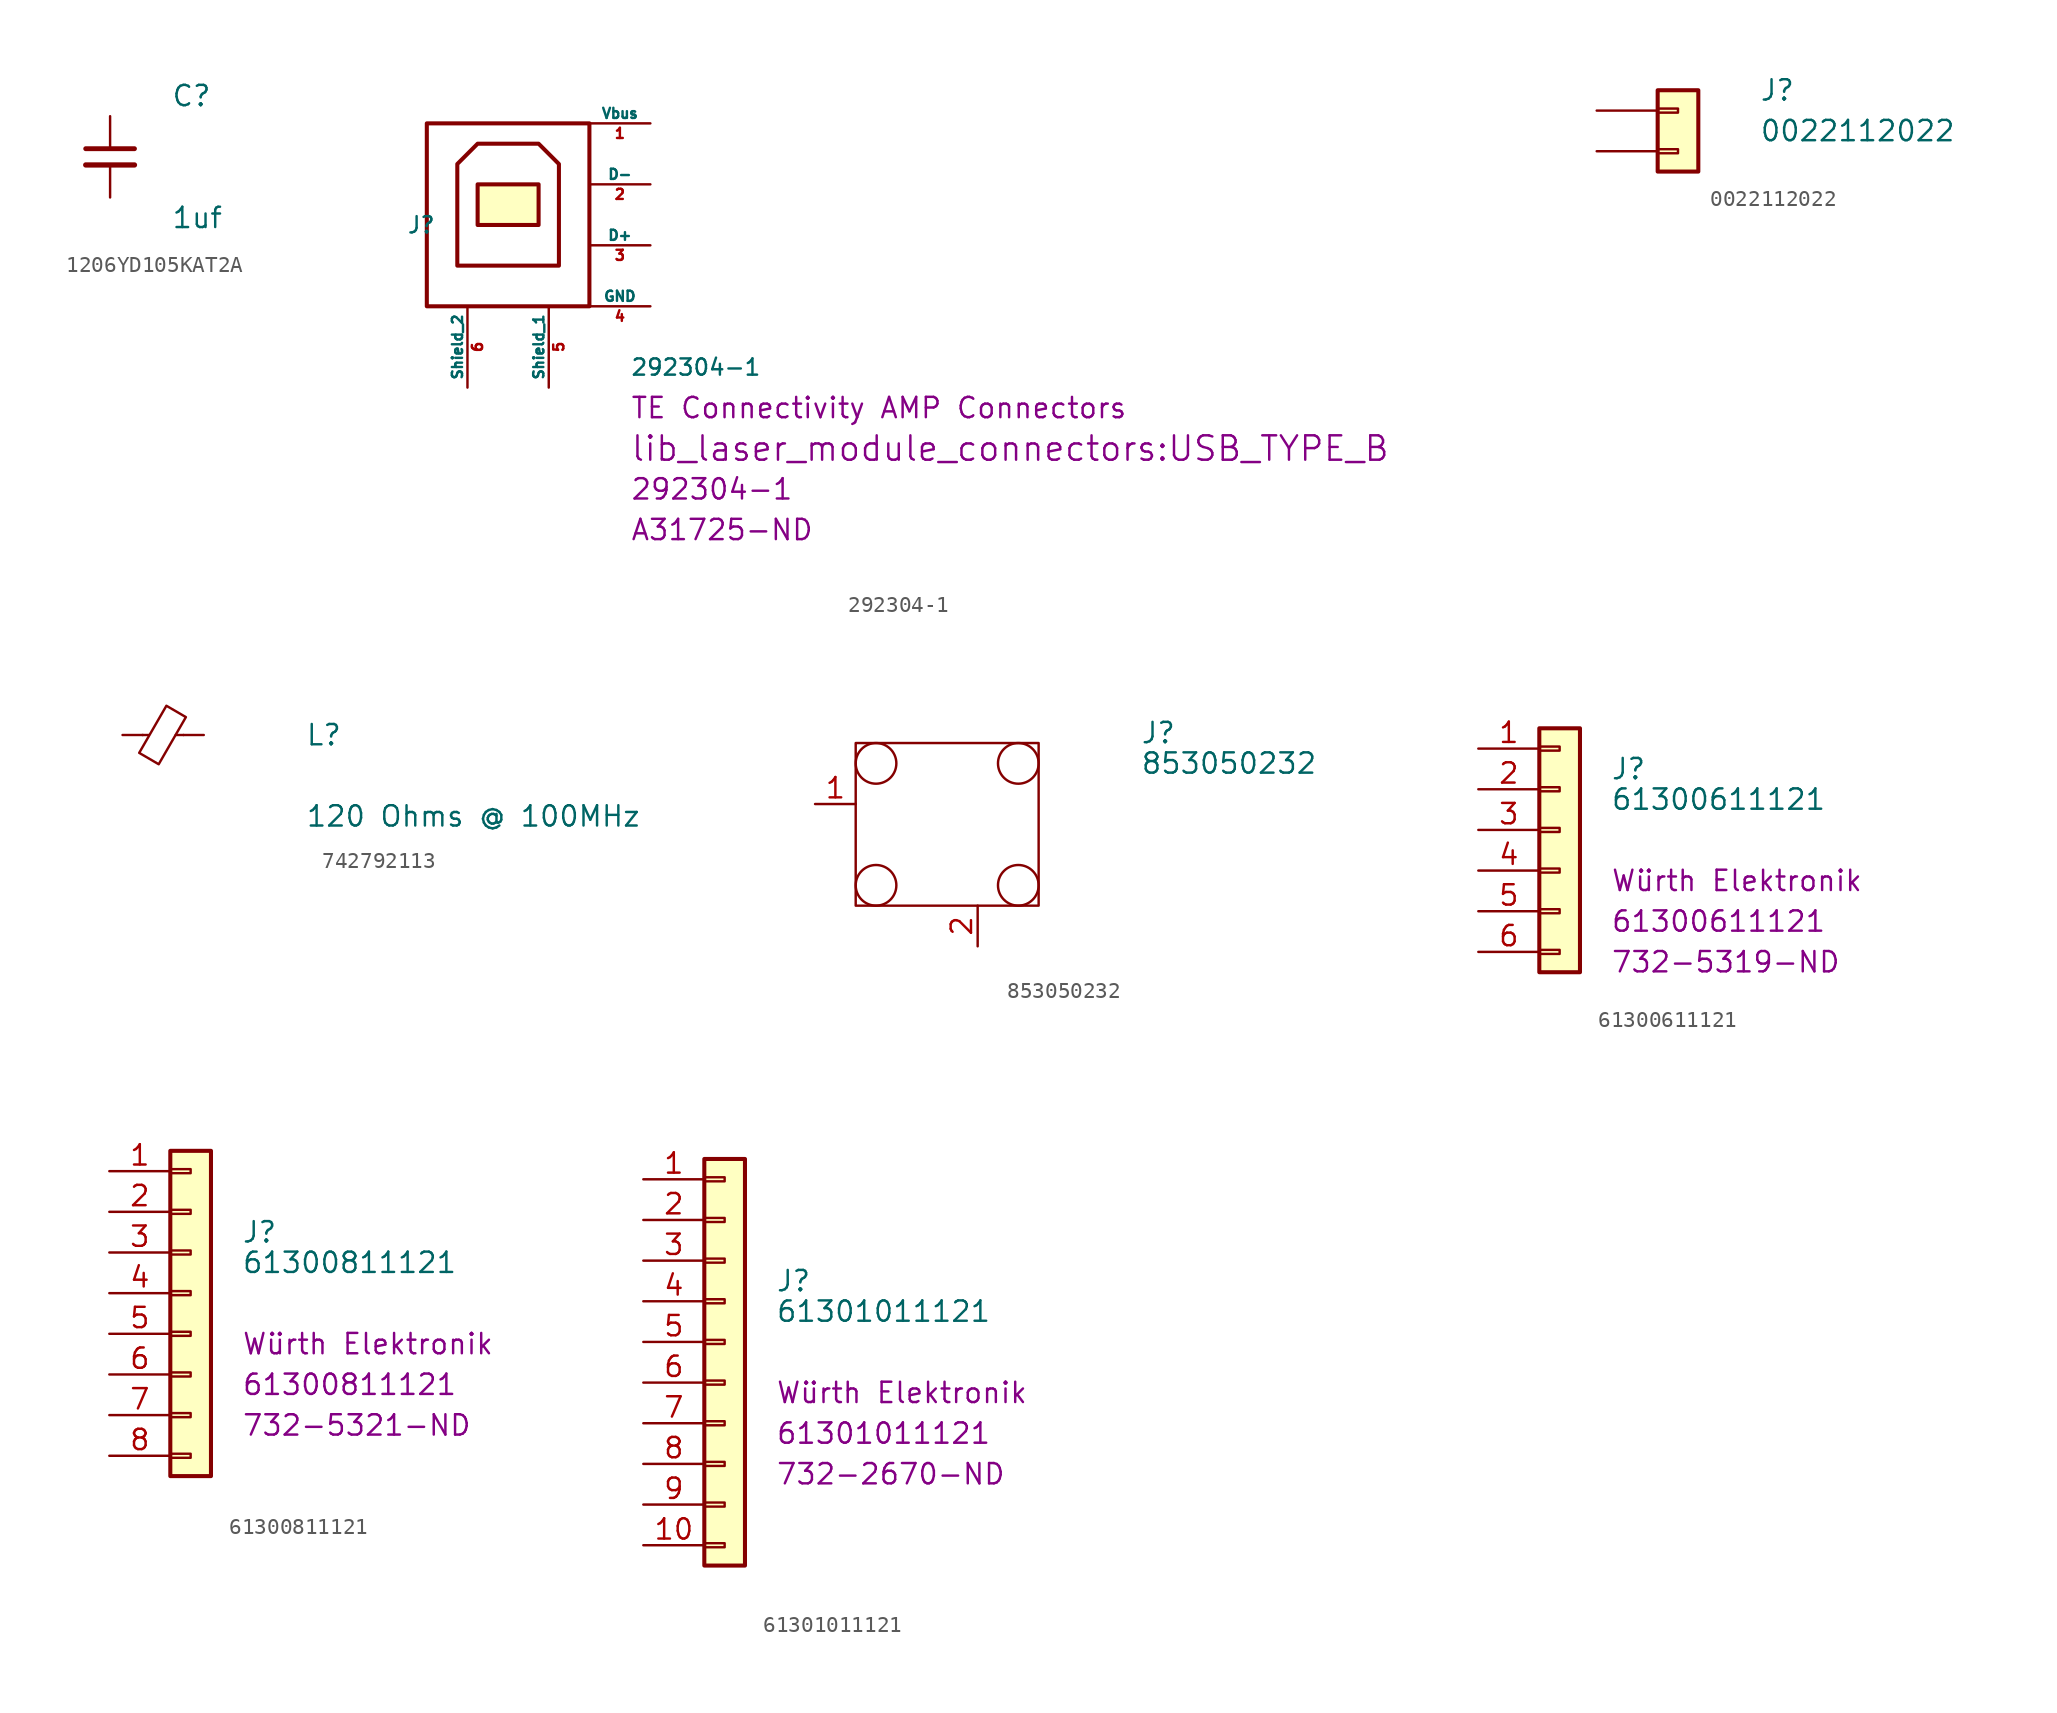
<source format=kicad_sym>
(kicad_symbol_lib
  (version 20210619)
  (generator kicad_symbol_editor)
  (symbol "1206YD105KAT2A"
    (pin_numbers hide)
    (pin_names
      (offset 1.016))
    (property "Reference" "C"
      (at 3.81 3.81 0)
      (effects (font (size 1.27 1.27)) (justify left)))
    (property "value" "1uf"
      (at 3.81 -3.81 0)
      (effects (font (size 1.27 1.27)) (justify left)))
    (symbol "1206YD105KAT2A_1_1"
      (polyline (pts (xy -1.524 -0.508) (xy 1.524 -0.508)) (stroke (width 0.33)) (fill (type none)))
      (polyline (pts (xy -1.524 0.508) (xy 1.524 0.508)) (stroke (width 0.305)) (fill (type none)))
      (pin passive line (at 0 2.54 270) (length 2.032) (name "~" (effects (font (size 1.27 1.27)))) (number "1" (effects (font (size 1.27 1.27)))))
      (pin passive line (at 0 -2.54 90) (length 2.032) (name "~" (effects (font (size 1.27 1.27)))) (number "2" (effects (font (size 1.27 1.27)))))))
  (symbol "292304-1"
    (pin_names
      (offset 0))
    (property "Reference" "J"
      (at -6.35 -1.27 0)
      (effects (font (size 1.016 1.016)) (justify left)))
    (property "Value" "292304-1"
      (at 7.62 -10.16 0)
      (effects (font (size 1.016 1.016)) (justify left)))
    (property "Footprint" "lib_laser_module_connectors:USB_TYPE_B"
      (at 7.62 -15.24 0)
      (effects (font (size 1.524 1.524)) (justify left)))
    (property "Datasheet" ""
      (at 0.635 -3.81 0)
      (effects (font (size 1.524 1.524)) (justify left)))
    (property "MPN" "292304-1"
      (at 7.62 -17.78 0)
      (effects (font (size 1.27 1.27)) (justify left)))
    (property "DPN" "A31725-ND"
      (at 7.62 -20.32 0)
      (effects (font (size 1.27 1.27)) (justify left)))
    (property "Manufacturer" "TE Connectivity AMP Connectors"
      (at 7.62 -12.7 0)
      (effects (font (size 1.27 1.27)) (justify left)))
    (symbol "292304-1_0_1"
      (rectangle (start 5.08 -6.35) (end -5.08 5.08) (stroke (width 0.254)) (fill (type none)))
      (rectangle (start -1.905 1.27) (end 1.905 -1.27) (stroke (width 0.254)) (fill (type background)))
      (polyline (pts (xy -3.175 -3.81) (xy 3.175 -3.81) (xy 3.175 2.54) (xy 1.905 3.81) (xy -1.905 3.81) (xy -3.175 2.54) (xy -3.175 -3.81) (xy -3.175 -3.81) (xy -3.175 -3.81)) (stroke (width 0.254)) (fill (type none))))
    (symbol "292304-1_1_1"
      (pin power_out line (at 8.89 5.08 180) (length 3.81) (name "Vbus" (effects (font (size 0.635 0.635)))) (number "1" (effects (font (size 0.635 0.635)))))
      (pin bidirectional line (at 8.89 1.27 180) (length 3.81) (name "D-" (effects (font (size 0.635 0.635)))) (number "2" (effects (font (size 0.635 0.635)))))
      (pin bidirectional line (at 8.89 -2.54 180) (length 3.81) (name "D+" (effects (font (size 0.635 0.635)))) (number "3" (effects (font (size 0.635 0.635)))))
      (pin power_in line (at 8.89 -6.35 180) (length 3.81) (name "GND" (effects (font (size 0.635 0.635)))) (number "4" (effects (font (size 0.635 0.635)))))
      (pin passive line (at 2.54 -11.43 90) (length 5.08) (name "Shield_1" (effects (font (size 0.635 0.635)))) (number "5" (effects (font (size 0.635 0.635)))))
      (pin passive line (at -2.54 -11.43 90) (length 5.08) (name "Shield_2" (effects (font (size 0.635 0.635)))) (number "6" (effects (font (size 0.635 0.635)))))))
  (symbol "0022112022"
    (pin_numbers hide)
    (pin_names
      (offset 1.016) hide)
    (property "Reference" "J"
      (at 5.08 1.27 0)
      (effects (font (size 1.27 1.27)) (justify left)))
    (property "Value" "0022112022"
      (at 5.08 -1.27 0)
      (effects (font (size 1.27 1.27)) (justify left)))
    (symbol "0022112022_1_1"
      (rectangle (start -1.27 -2.413) (end 0 -2.667) (stroke (width 0.152)) (fill (type none)))
      (rectangle (start -1.27 0.127) (end 0 -0.127) (stroke (width 0.152)) (fill (type none)))
      (rectangle (start -1.27 1.27) (end 1.27 -3.81) (stroke (width 0.254)) (fill (type background)))
      (pin passive line (at -5.08 0 0) (length 3.81) (name "Pin_1" (effects (font (size 1.27 1.27)))) (number "1" (effects (font (size 1.27 1.27)))))
      (pin passive line (at -5.08 -2.54 0) (length 3.81) (name "Pin_2" (effects (font (size 1.27 1.27)))) (number "2" (effects (font (size 1.27 1.27)))))))
  (symbol "742792113"
    (pin_numbers hide)
    (pin_names
      (offset 0.254) hide)
    (property "Reference" "L"
      (at 8.89 0 0)
      (effects (font (size 1.27 1.27)) (justify left)))
    (property "value" "120 Ohms @ 100MHz"
      (at 8.89 -5.08 0)
      (effects (font (size 1.27 1.27)) (justify left)))
    (symbol "742792113_1_1"
      (polyline (pts (xy -0.889 0) (xy -1.295 0)) (stroke (width 0)) (fill (type none)))
      (polyline (pts (xy 1.27 0) (xy 0.787 0)) (stroke (width 0)) (fill (type none)))
      (polyline (pts (xy -0.279 -1.829) (xy -1.499 -1.118) (xy 0.203 1.829) (xy 1.422 1.118) (xy -0.279 -1.829)) (stroke (width 0)) (fill (type none)))
      (pin passive line (at -2.54 0 0) (length 1.27) (name "~" (effects (font (size 1.27 1.27)))) (number "1" (effects (font (size 1.27 1.27)))))
      (pin passive line (at 2.54 0 180) (length 1.27) (name "~" (effects (font (size 1.27 1.27)))) (number "2" (effects (font (size 1.27 1.27)))))))
  (symbol "853050232"
    (pin_names
      (offset 1.016) hide)
    (property "Reference" "J"
      (at 12.065 5.715 0)
      (effects (font (size 1.27 1.27)) (justify left)))
    (property "Value" "853050232"
      (at 12.065 3.81 0)
      (effects (font (size 1.27 1.27)) (justify left)))
    (symbol "853050232_1_1"
      (circle (center -4.445 -3.81) (radius 1.27) (stroke (width 0)) (fill (type none)))
      (circle (center -4.445 3.81) (radius 1.27) (stroke (width 0)) (fill (type none)))
      (circle (center 4.445 -3.81) (radius 1.27) (stroke (width 0)) (fill (type none)))
      (circle (center 4.445 3.81) (radius 1.27) (stroke (width 0)) (fill (type none)))
      (rectangle (start -5.715 5.08) (end 5.715 -5.08) (stroke (width 0)) (fill (type none)))
      (pin input line (at -8.255 1.27 0) (length 2.54) (name "CONN" (effects (font (size 1.27 1.27)))) (number "1" (effects (font (size 1.27 1.27)))))
      (pin output line (at 1.905 -7.62 90) (length 2.54) (name "GND" (effects (font (size 1.27 1.27)))) (number "2" (effects (font (size 1.27 1.27)))))))
  (symbol "61300611121"
    (pin_names
      (offset 1.016) hide)
    (property "Reference" "J"
      (at 3.175 5.08 0)
      (effects (font (size 1.27 1.27)) (justify left)))
    (property "Value" "61300611121"
      (at 3.175 3.175 0)
      (effects (font (size 1.27 1.27)) (justify left)))
    (property "Manufacturer" "Würth Elektronik"
      (at 3.175 -1.905 0)
      (effects (font (size 1.27 1.27)) (justify left)))
    (property "MPN" "61300611121"
      (at 3.175 -4.445 0)
      (effects (font (size 1.27 1.27)) (justify left)))
    (property "Digi-Key_PN" "732-5319-ND"
      (at 3.175 -6.985 0)
      (effects (font (size 1.27 1.27)) (justify left)))
    (symbol "61300611121_1_1"
      (rectangle (start -1.27 -6.223) (end 0 -6.477) (stroke (width 0.152)) (fill (type none)))
      (rectangle (start -1.27 -3.683) (end 0 -3.937) (stroke (width 0.152)) (fill (type none)))
      (rectangle (start -1.27 -1.143) (end 0 -1.397) (stroke (width 0.152)) (fill (type none)))
      (rectangle (start -1.27 1.397) (end 0 1.143) (stroke (width 0.152)) (fill (type none)))
      (rectangle (start -1.27 3.937) (end 0 3.683) (stroke (width 0.152)) (fill (type none)))
      (rectangle (start -1.27 6.477) (end 0 6.223) (stroke (width 0.152)) (fill (type none)))
      (rectangle (start -1.27 7.62) (end 1.27 -7.62) (stroke (width 0.254)) (fill (type background)))
      (pin passive line (at -5.08 6.35 0) (length 3.81) (name "Pin_1" (effects (font (size 1.27 1.27)))) (number "1" (effects (font (size 1.27 1.27)))))
      (pin passive line (at -5.08 3.81 0) (length 3.81) (name "Pin_2" (effects (font (size 1.27 1.27)))) (number "2" (effects (font (size 1.27 1.27)))))
      (pin passive line (at -5.08 1.27 0) (length 3.81) (name "Pin_3" (effects (font (size 1.27 1.27)))) (number "3" (effects (font (size 1.27 1.27)))))
      (pin passive line (at -5.08 -1.27 0) (length 3.81) (name "Pin_4" (effects (font (size 1.27 1.27)))) (number "4" (effects (font (size 1.27 1.27)))))
      (pin passive line (at -5.08 -3.81 0) (length 3.81) (name "Pin_5" (effects (font (size 1.27 1.27)))) (number "5" (effects (font (size 1.27 1.27)))))
      (pin passive line (at -5.08 -6.35 0) (length 3.81) (name "Pin_6" (effects (font (size 1.27 1.27)))) (number "6" (effects (font (size 1.27 1.27)))))))
  (symbol "61300811121"
    (pin_names
      (offset 1.016) hide)
    (property "Reference" "J"
      (at 3.175 5.08 0)
      (effects (font (size 1.27 1.27)) (justify left)))
    (property "Value" "61300811121"
      (at 3.175 3.175 0)
      (effects (font (size 1.27 1.27)) (justify left)))
    (property "Manufacturer" "Würth Elektronik"
      (at 3.175 -1.905 0)
      (effects (font (size 1.27 1.27)) (justify left)))
    (property "MPN" "61300811121"
      (at 3.175 -4.445 0)
      (effects (font (size 1.27 1.27)) (justify left)))
    (property "Digi-Key_PN" "732-5321-ND"
      (at 3.175 -6.985 0)
      (effects (font (size 1.27 1.27)) (justify left)))
    (symbol "61300811121_1_1"
      (rectangle (start -1.27 -8.763) (end 0 -9.017) (stroke (width 0.152)) (fill (type none)))
      (rectangle (start -1.27 -6.223) (end 0 -6.477) (stroke (width 0.152)) (fill (type none)))
      (rectangle (start -1.27 -3.683) (end 0 -3.937) (stroke (width 0.152)) (fill (type none)))
      (rectangle (start -1.27 -1.143) (end 0 -1.397) (stroke (width 0.152)) (fill (type none)))
      (rectangle (start -1.27 1.397) (end 0 1.143) (stroke (width 0.152)) (fill (type none)))
      (rectangle (start -1.27 3.937) (end 0 3.683) (stroke (width 0.152)) (fill (type none)))
      (rectangle (start -1.27 6.477) (end 0 6.223) (stroke (width 0.152)) (fill (type none)))
      (rectangle (start -1.27 9.017) (end 0 8.763) (stroke (width 0.152)) (fill (type none)))
      (rectangle (start -1.27 10.16) (end 1.27 -10.16) (stroke (width 0.254)) (fill (type background)))
      (pin passive line (at -5.08 8.89 0) (length 3.81) (name "Pin_1" (effects (font (size 1.27 1.27)))) (number "1" (effects (font (size 1.27 1.27)))))
      (pin passive line (at -5.08 6.35 0) (length 3.81) (name "Pin_2" (effects (font (size 1.27 1.27)))) (number "2" (effects (font (size 1.27 1.27)))))
      (pin passive line (at -5.08 3.81 0) (length 3.81) (name "Pin_3" (effects (font (size 1.27 1.27)))) (number "3" (effects (font (size 1.27 1.27)))))
      (pin passive line (at -5.08 1.27 0) (length 3.81) (name "Pin_4" (effects (font (size 1.27 1.27)))) (number "4" (effects (font (size 1.27 1.27)))))
      (pin passive line (at -5.08 -1.27 0) (length 3.81) (name "Pin_5" (effects (font (size 1.27 1.27)))) (number "5" (effects (font (size 1.27 1.27)))))
      (pin passive line (at -5.08 -3.81 0) (length 3.81) (name "Pin_6" (effects (font (size 1.27 1.27)))) (number "6" (effects (font (size 1.27 1.27)))))
      (pin passive line (at -5.08 -6.35 0) (length 3.81) (name "Pin_7" (effects (font (size 1.27 1.27)))) (number "7" (effects (font (size 1.27 1.27)))))
      (pin passive line (at -5.08 -8.89 0) (length 3.81) (name "Pin_8" (effects (font (size 1.27 1.27)))) (number "8" (effects (font (size 1.27 1.27)))))))
  (symbol "61301011121"
    (pin_names
      (offset 1.016) hide)
    (property "Reference" "J"
      (at 3.175 5.08 0)
      (effects (font (size 1.27 1.27)) (justify left)))
    (property "Value" "61301011121"
      (at 3.175 3.175 0)
      (effects (font (size 1.27 1.27)) (justify left)))
    (property "Manufacturer" "Würth Elektronik"
      (at 3.175 -1.905 0)
      (effects (font (size 1.27 1.27)) (justify left)))
    (property "MPN" "61301011121"
      (at 3.175 -4.445 0)
      (effects (font (size 1.27 1.27)) (justify left)))
    (property "Digi-Key_PN" "732-2670-ND"
      (at 3.175 -6.985 0)
      (effects (font (size 1.27 1.27)) (justify left)))
    (symbol "61301011121_1_1"
      (rectangle (start -1.27 -11.303) (end 0 -11.557) (stroke (width 0.152)) (fill (type none)))
      (rectangle (start -1.27 -8.763) (end 0 -9.017) (stroke (width 0.152)) (fill (type none)))
      (rectangle (start -1.27 -6.223) (end 0 -6.477) (stroke (width 0.152)) (fill (type none)))
      (rectangle (start -1.27 -3.683) (end 0 -3.937) (stroke (width 0.152)) (fill (type none)))
      (rectangle (start -1.27 -1.143) (end 0 -1.397) (stroke (width 0.152)) (fill (type none)))
      (rectangle (start -1.27 1.397) (end 0 1.143) (stroke (width 0.152)) (fill (type none)))
      (rectangle (start -1.27 3.937) (end 0 3.683) (stroke (width 0.152)) (fill (type none)))
      (rectangle (start -1.27 6.477) (end 0 6.223) (stroke (width 0.152)) (fill (type none)))
      (rectangle (start -1.27 9.017) (end 0 8.763) (stroke (width 0.152)) (fill (type none)))
      (rectangle (start -1.27 11.557) (end 0 11.303) (stroke (width 0.152)) (fill (type none)))
      (rectangle (start -1.27 12.7) (end 1.27 -12.7) (stroke (width 0.254)) (fill (type background)))
      (pin passive line (at -5.08 11.43 0) (length 3.81) (name "Pin_1" (effects (font (size 1.27 1.27)))) (number "1" (effects (font (size 1.27 1.27)))))
      (pin passive line (at -5.08 -11.43 0) (length 3.81) (name "Pin_10" (effects (font (size 1.27 1.27)))) (number "10" (effects (font (size 1.27 1.27)))))
      (pin passive line (at -5.08 8.89 0) (length 3.81) (name "Pin_2" (effects (font (size 1.27 1.27)))) (number "2" (effects (font (size 1.27 1.27)))))
      (pin passive line (at -5.08 6.35 0) (length 3.81) (name "Pin_3" (effects (font (size 1.27 1.27)))) (number "3" (effects (font (size 1.27 1.27)))))
      (pin passive line (at -5.08 3.81 0) (length 3.81) (name "Pin_4" (effects (font (size 1.27 1.27)))) (number "4" (effects (font (size 1.27 1.27)))))
      (pin passive line (at -5.08 1.27 0) (length 3.81) (name "Pin_5" (effects (font (size 1.27 1.27)))) (number "5" (effects (font (size 1.27 1.27)))))
      (pin passive line (at -5.08 -1.27 0) (length 3.81) (name "Pin_6" (effects (font (size 1.27 1.27)))) (number "6" (effects (font (size 1.27 1.27)))))
      (pin passive line (at -5.08 -3.81 0) (length 3.81) (name "Pin_7" (effects (font (size 1.27 1.27)))) (number "7" (effects (font (size 1.27 1.27)))))
      (pin passive line (at -5.08 -6.35 0) (length 3.81) (name "Pin_8" (effects (font (size 1.27 1.27)))) (number "8" (effects (font (size 1.27 1.27)))))
      (pin passive line (at -5.08 -8.89 0) (length 3.81) (name "Pin_9" (effects (font (size 1.27 1.27)))) (number "9" (effects (font (size 1.27 1.27))))))))
</source>
